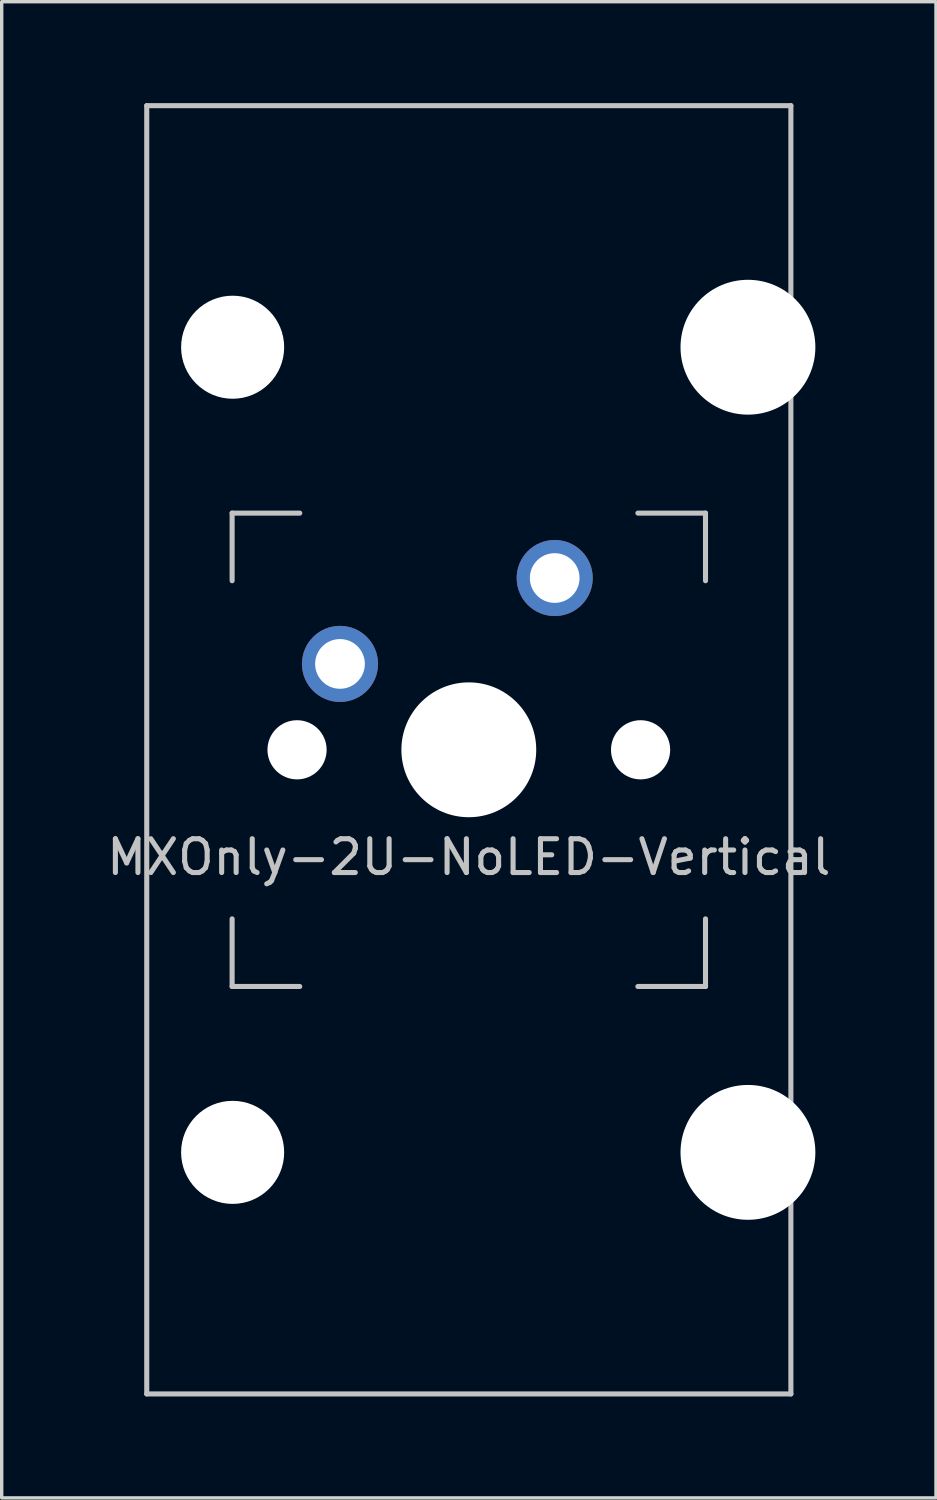
<source format=kicad_pcb>
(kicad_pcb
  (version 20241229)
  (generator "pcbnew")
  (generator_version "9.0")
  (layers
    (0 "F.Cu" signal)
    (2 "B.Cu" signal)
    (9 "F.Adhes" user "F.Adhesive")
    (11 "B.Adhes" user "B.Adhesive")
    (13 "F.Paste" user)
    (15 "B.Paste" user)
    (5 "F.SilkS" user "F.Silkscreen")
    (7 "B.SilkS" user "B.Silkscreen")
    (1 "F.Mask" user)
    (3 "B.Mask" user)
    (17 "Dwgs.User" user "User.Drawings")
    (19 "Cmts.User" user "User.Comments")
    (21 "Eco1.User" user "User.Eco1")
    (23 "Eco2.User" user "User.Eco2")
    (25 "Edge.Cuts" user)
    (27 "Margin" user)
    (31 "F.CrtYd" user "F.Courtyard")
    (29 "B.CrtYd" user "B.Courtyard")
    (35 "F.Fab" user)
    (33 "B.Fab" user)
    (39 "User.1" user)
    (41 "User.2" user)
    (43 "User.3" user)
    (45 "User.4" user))
  (footprint "MXOnly-2U-NoLED-Vertical"
    (layer "F.Cu")
    (at 10.815 19.125)
    (property "Reference" "MXOnly-2U-NoLED-Vertical" (at 0 3.175 0) (layer "Dwgs.User") (effects (font (size 1 1) (thickness 0.15))))
    (attr through_hole)
    (fp_line (start -9.525 -19.05) (end -9.525 19.05) (stroke (width 0.15) (type solid)) (layer "Dwgs.User"))
    (fp_line (start -9.525 -19.05) (end 9.525 -19.05) (stroke (width 0.15) (type solid)) (layer "Dwgs.User"))
    (fp_line (start -7 -7) (end -7 -5) (stroke (width 0.15) (type solid)) (layer "Dwgs.User"))
    (fp_line (start -7 5) (end -7 7) (stroke (width 0.15) (type solid)) (layer "Dwgs.User"))
    (fp_line (start -7 7) (end -5 7) (stroke (width 0.15) (type solid)) (layer "Dwgs.User"))
    (fp_line (start -5 -7) (end -7 -7) (stroke (width 0.15) (type solid)) (layer "Dwgs.User"))
    (fp_line (start 7 -7) (end 5 -7) (stroke (width 0.15) (type solid)) (layer "Dwgs.User"))
    (fp_line (start 7 -5) (end 7 -7) (stroke (width 0.15) (type solid)) (layer "Dwgs.User"))
    (fp_line (start 7 5) (end 7 7) (stroke (width 0.15) (type solid)) (layer "Dwgs.User"))
    (fp_line (start 7 7) (end 5 7) (stroke (width 0.15) (type solid)) (layer "Dwgs.User"))
    (fp_line (start 9.525 -19.05) (end 9.525 19.05) (stroke (width 0.15) (type solid)) (layer "Dwgs.User"))
    (fp_line (start 9.525 19.05) (end -9.525 19.05) (stroke (width 0.15) (type solid)) (layer "Dwgs.User"))
    (pad "" np_thru_hole circle (at -6.985 -11.906 90) (size 3.048 3.048) (drill 3.048) (layers "*.Cu" "*.Mask"))
    (pad "" np_thru_hole circle (at -6.985 11.906 90) (size 3.048 3.048) (drill 3.048) (layers "*.Cu" "*.Mask"))
    (pad "" np_thru_hole circle (at -5.08 0 48.1) (size 1.75 1.75) (drill 1.75) (layers "*.Cu" "*.Mask"))
    (pad "" np_thru_hole circle (at 0 0) (size 3.988 3.988) (drill 3.988) (layers "*.Cu" "*.Mask"))
    (pad "" np_thru_hole circle (at 5.08 0 48.1) (size 1.75 1.75) (drill 1.75) (layers "*.Cu" "*.Mask"))
    (pad "" np_thru_hole circle (at 8.255 -11.906 90) (size 3.988 3.988) (drill 3.988) (layers "*.Cu" "*.Mask"))
    (pad "" np_thru_hole circle (at 8.255 11.906) (size 3.988 3.988) (drill 3.988) (layers "*.Cu" "*.Mask"))
    (pad "1" thru_hole circle (at -3.81 -2.54) (size 2.25 2.25) (drill 1.47) (layers "*.Cu" "B.Mask"))
    (pad "2" thru_hole circle (at 2.54 -5.08) (size 2.25 2.25) (drill 1.47) (layers "*.Cu" "B.Mask")))
  (gr_rect
    (start -3 -3)
    (end 24.631 41.25)
    (stroke (width 0.1) (type default))
    (fill no)
    (layer "Edge.Cuts")))
</source>
